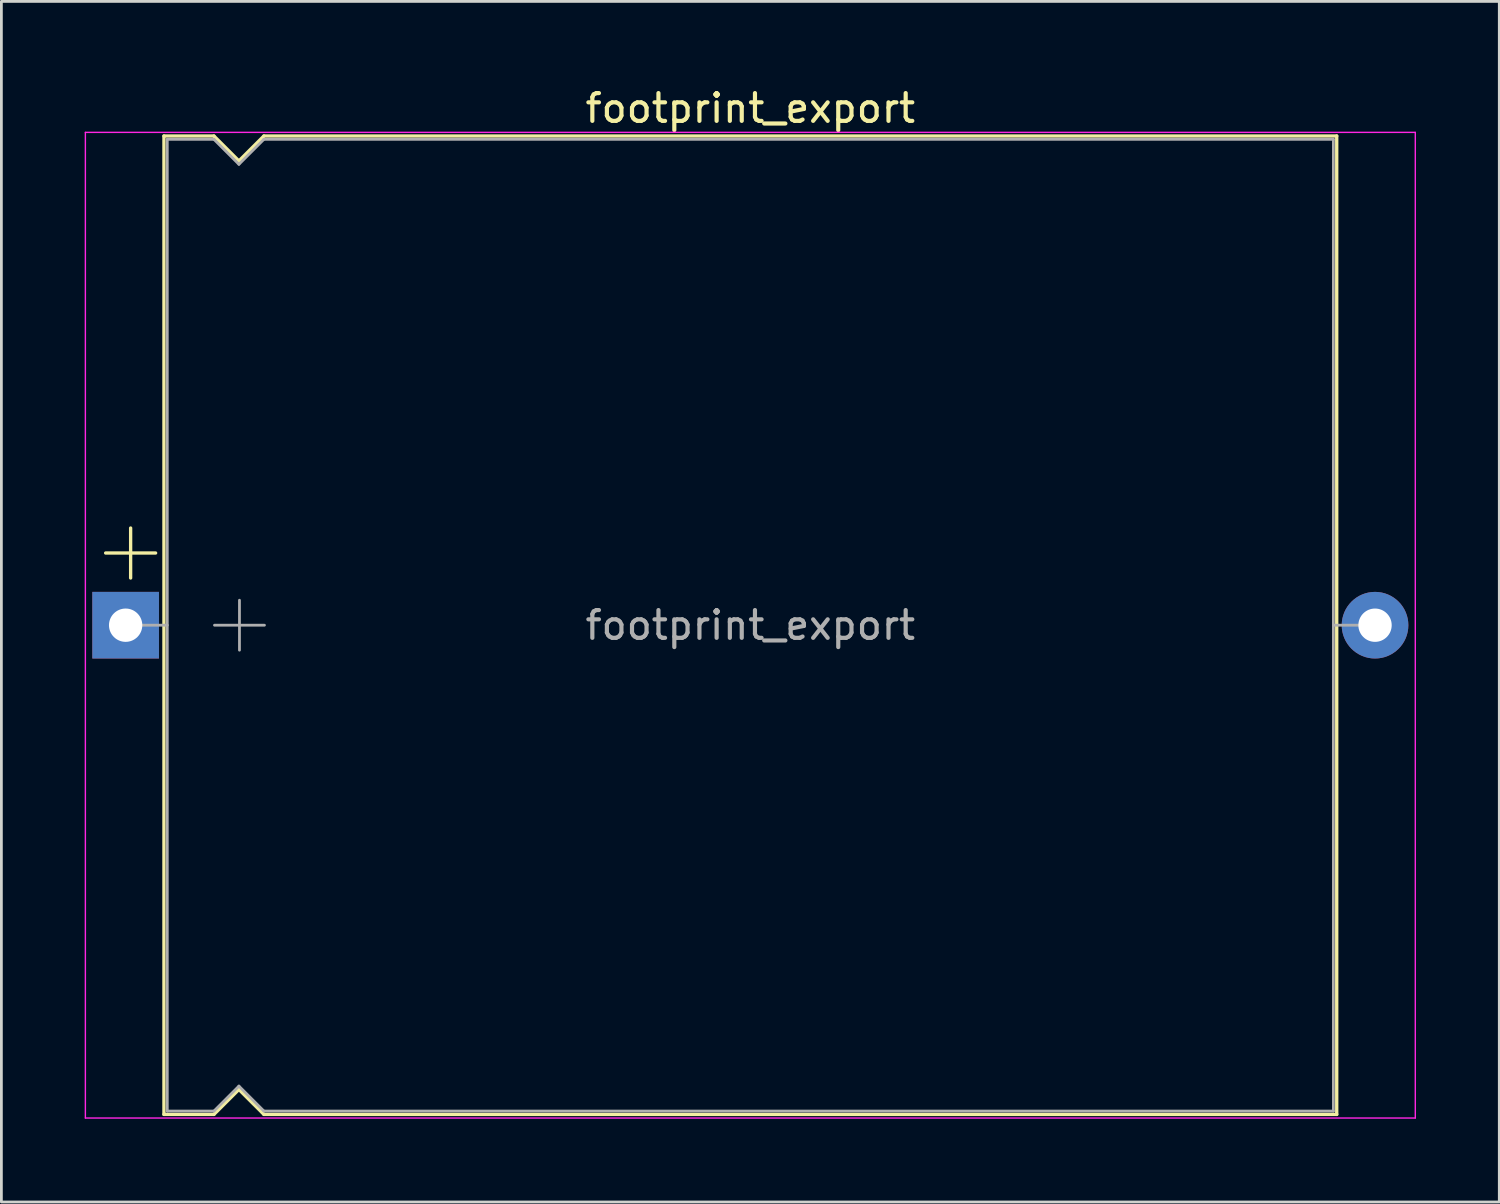
<source format=kicad_pcb>
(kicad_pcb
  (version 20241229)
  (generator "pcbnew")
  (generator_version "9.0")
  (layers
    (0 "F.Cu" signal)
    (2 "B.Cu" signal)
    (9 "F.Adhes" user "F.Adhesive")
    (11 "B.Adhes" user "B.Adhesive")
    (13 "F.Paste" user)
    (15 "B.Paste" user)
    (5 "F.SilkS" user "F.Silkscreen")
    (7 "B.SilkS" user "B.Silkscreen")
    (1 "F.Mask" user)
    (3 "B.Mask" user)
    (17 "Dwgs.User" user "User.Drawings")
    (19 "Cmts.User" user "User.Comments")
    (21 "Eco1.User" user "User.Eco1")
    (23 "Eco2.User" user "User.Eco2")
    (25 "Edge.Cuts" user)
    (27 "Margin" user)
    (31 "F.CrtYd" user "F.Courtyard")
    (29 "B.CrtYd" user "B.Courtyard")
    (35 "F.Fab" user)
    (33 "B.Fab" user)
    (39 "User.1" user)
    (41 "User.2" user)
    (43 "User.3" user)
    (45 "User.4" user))
  (footprint "footprint_export"
    (layer "F.Cu")
    (at 1.475 19.468)
    (property "Reference" "footprint_export" (at 22.5 -18.62 0) (layer "F.SilkS") (effects (font (size 1 1) (thickness 0.15))))
    (attr through_hole)
    (fp_line (start -0.72 -2.6) (end 1.08 -2.6) (stroke (width 0.12) (type solid)) (layer "F.SilkS"))
    (fp_line (start 0.18 -3.5) (end 0.18 -1.7) (stroke (width 0.12) (type solid)) (layer "F.SilkS"))
    (fp_line (start 1.38 -17.62) (end 1.38 17.62) (stroke (width 0.12) (type solid)) (layer "F.SilkS"))
    (fp_line (start 1.38 -17.62) (end 3.18 -17.62) (stroke (width 0.12) (type solid)) (layer "F.SilkS"))
    (fp_line (start 1.38 17.62) (end 3.18 17.62) (stroke (width 0.12) (type solid)) (layer "F.SilkS"))
    (fp_line (start 3.18 -17.62) (end 4.08 -16.72) (stroke (width 0.12) (type solid)) (layer "F.SilkS"))
    (fp_line (start 3.18 17.62) (end 4.08 16.72) (stroke (width 0.12) (type solid)) (layer "F.SilkS"))
    (fp_line (start 4.08 -16.72) (end 4.98 -17.62) (stroke (width 0.12) (type solid)) (layer "F.SilkS"))
    (fp_line (start 4.08 16.72) (end 4.98 17.62) (stroke (width 0.12) (type solid)) (layer "F.SilkS"))
    (fp_line (start 4.98 -17.62) (end 43.62 -17.62) (stroke (width 0.12) (type solid)) (layer "F.SilkS"))
    (fp_line (start 4.98 17.62) (end 43.62 17.62) (stroke (width 0.12) (type solid)) (layer "F.SilkS"))
    (fp_line (start 43.62 -17.62) (end 43.62 17.62) (stroke (width 0.12) (type solid)) (layer "F.SilkS"))
    (fp_line (start -1.45 -17.75) (end -1.45 17.75) (stroke (width 0.05) (type solid)) (layer "F.CrtYd"))
    (fp_line (start -1.45 17.75) (end 46.45 17.75) (stroke (width 0.05) (type solid)) (layer "F.CrtYd"))
    (fp_line (start 46.45 -17.75) (end -1.45 -17.75) (stroke (width 0.05) (type solid)) (layer "F.CrtYd"))
    (fp_line (start 46.45 17.75) (end 46.45 -17.75) (stroke (width 0.05) (type solid)) (layer "F.CrtYd"))
    (fp_line (start 0 0) (end 1.5 0) (stroke (width 0.1) (type solid)) (layer "F.Fab"))
    (fp_line (start 1.5 -17.5) (end 1.5 17.5) (stroke (width 0.1) (type solid)) (layer "F.Fab"))
    (fp_line (start 1.5 -17.5) (end 3.18 -17.5) (stroke (width 0.1) (type solid)) (layer "F.Fab"))
    (fp_line (start 1.5 17.5) (end 3.18 17.5) (stroke (width 0.1) (type solid)) (layer "F.Fab"))
    (fp_line (start 3.18 -17.5) (end 4.08 -16.6) (stroke (width 0.1) (type solid)) (layer "F.Fab"))
    (fp_line (start 3.18 17.5) (end 4.08 16.6) (stroke (width 0.1) (type solid)) (layer "F.Fab"))
    (fp_line (start 3.2 0) (end 5 0) (stroke (width 0.1) (type solid)) (layer "F.Fab"))
    (fp_line (start 4.08 -16.6) (end 4.98 -17.5) (stroke (width 0.1) (type solid)) (layer "F.Fab"))
    (fp_line (start 4.08 16.6) (end 4.98 17.5) (stroke (width 0.1) (type solid)) (layer "F.Fab"))
    (fp_line (start 4.1 -0.9) (end 4.1 0.9) (stroke (width 0.1) (type solid)) (layer "F.Fab"))
    (fp_line (start 4.98 -17.5) (end 43.5 -17.5) (stroke (width 0.1) (type solid)) (layer "F.Fab"))
    (fp_line (start 4.98 17.5) (end 43.5 17.5) (stroke (width 0.1) (type solid)) (layer "F.Fab"))
    (fp_line (start 43.5 -17.5) (end 43.5 17.5) (stroke (width 0.1) (type solid)) (layer "F.Fab"))
    (fp_line (start 45 0) (end 43.5 0) (stroke (width 0.1) (type solid)) (layer "F.Fab"))
    (fp_text user "${REFERENCE}" (at 22.5 0 0) (layer "F.Fab") (effects (font (size 1 1) (thickness 0.15))))
    (pad "1" thru_hole rect (at 0 0) (size 2.4 2.4) (drill 1.2) (layers "*.Cu" "*.Mask"))
    (pad "2" thru_hole oval (at 45 0) (size 2.4 2.4) (drill 1.2) (layers "*.Cu" "*.Mask")))
  (gr_rect
    (start -3 -3)
    (end 50.95 40.243)
    (stroke (width 0.1) (type default))
    (fill no)
    (layer "Edge.Cuts")))
</source>
